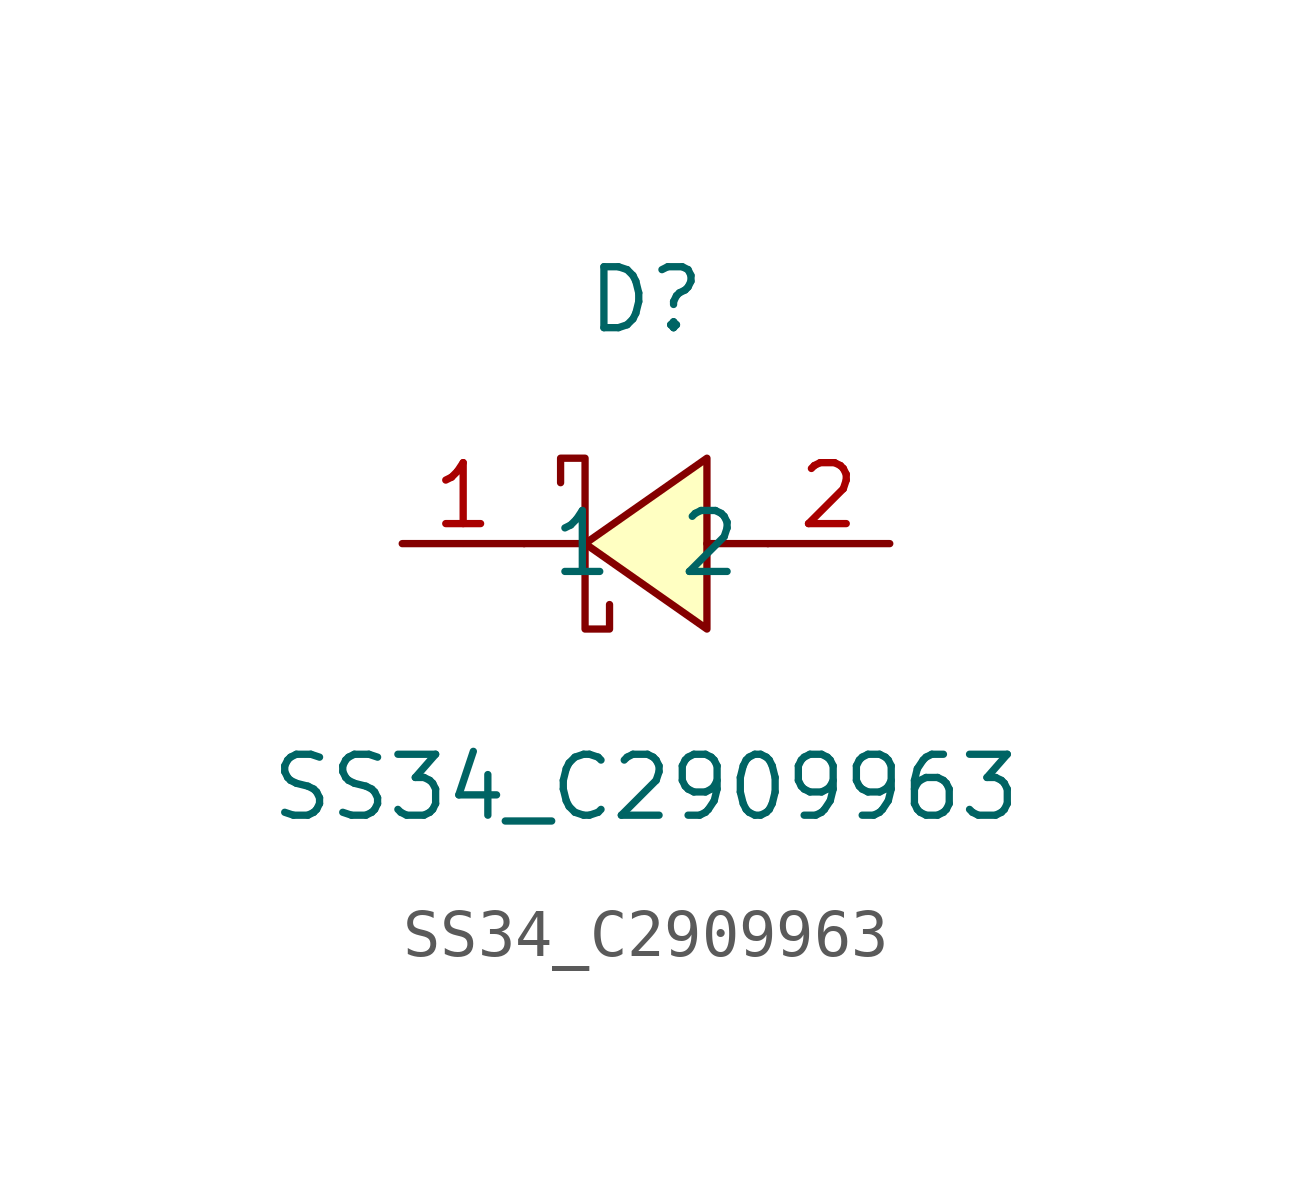
<source format=kicad_sym>
(kicad_symbol_lib
  (version 20211014)
  (generator https://github.com/uPesy/easyeda2kicad.py)
  (symbol "SS34_C2909963"
    (property "Reference" "D"
      (at 0 5.08 0)
      (effects (font (size 1.27 1.27))))
    (property "Value" "SS34_C2909963"
      (at 0 -5.08 0)
      (effects (font (size 1.27 1.27))))
    (symbol "SS34_C2909963_0_1"
      (polyline (pts (xy 1.27 1.78) (xy -1.27 -0.00) (xy 1.27 -1.78) (xy 1.27 1.78)) (stroke (width 0) (type default) (color 0 0 0 0)) (fill (type background)))
      (polyline (pts (xy -1.78 1.27) (xy -1.78 1.78) (xy -1.27 1.78) (xy -1.27 -1.78) (xy -0.76 -1.78) (xy -0.76 -1.27)) (stroke (width 0) (type default) (color 0 0 0 0)) (fill (type none)))
      (polyline (pts (xy 2.54 -0.00) (xy 1.27 -0.00)) (stroke (width 0) (type default) (color 0 0 0 0)) (fill (type none)))
      (polyline (pts (xy -1.27 -0.00) (xy -2.54 -0.00)) (stroke (width 0) (type default) (color 0 0 0 0)) (fill (type none)))
      (pin unspecified line (at -5.08 -0.00 0) (length 2.54) (name "1" (effects (font (size 1.27 1.27)))) (number "1" (effects (font (size 1.27 1.27)))))
      (pin unspecified line (at 5.08 -0.00 180) (length 2.54) (name "2" (effects (font (size 1.27 1.27)))) (number "2" (effects (font (size 1.27 1.27))))))))
</source>
